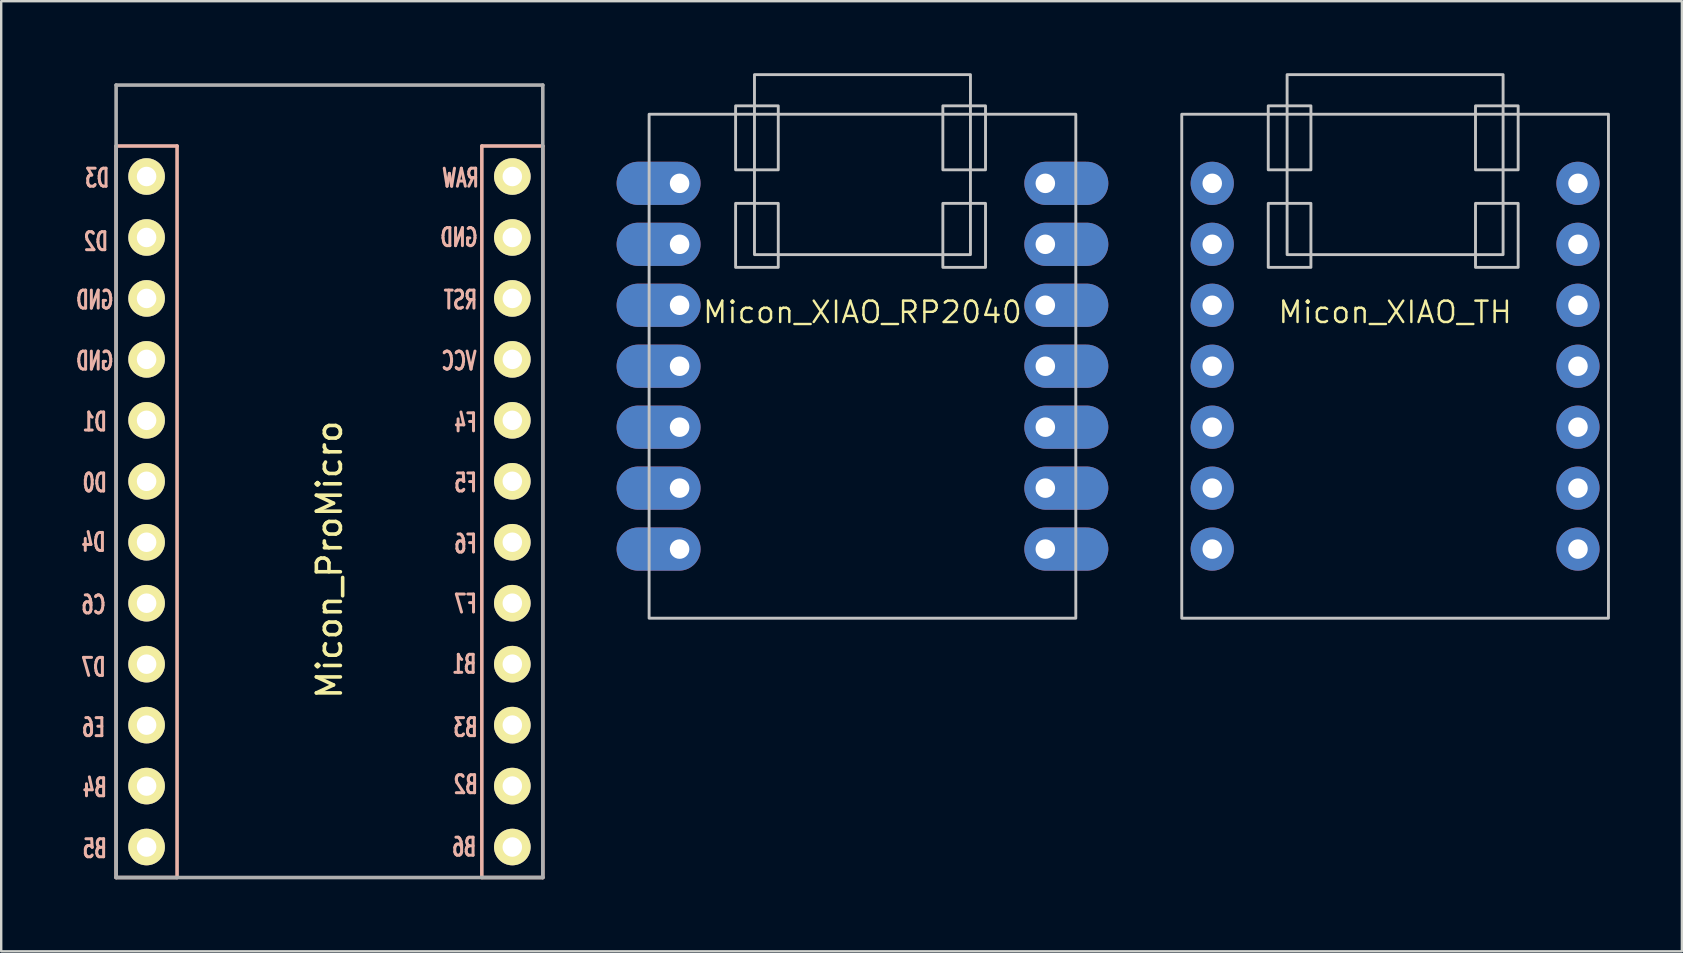
<source format=kicad_pcb>
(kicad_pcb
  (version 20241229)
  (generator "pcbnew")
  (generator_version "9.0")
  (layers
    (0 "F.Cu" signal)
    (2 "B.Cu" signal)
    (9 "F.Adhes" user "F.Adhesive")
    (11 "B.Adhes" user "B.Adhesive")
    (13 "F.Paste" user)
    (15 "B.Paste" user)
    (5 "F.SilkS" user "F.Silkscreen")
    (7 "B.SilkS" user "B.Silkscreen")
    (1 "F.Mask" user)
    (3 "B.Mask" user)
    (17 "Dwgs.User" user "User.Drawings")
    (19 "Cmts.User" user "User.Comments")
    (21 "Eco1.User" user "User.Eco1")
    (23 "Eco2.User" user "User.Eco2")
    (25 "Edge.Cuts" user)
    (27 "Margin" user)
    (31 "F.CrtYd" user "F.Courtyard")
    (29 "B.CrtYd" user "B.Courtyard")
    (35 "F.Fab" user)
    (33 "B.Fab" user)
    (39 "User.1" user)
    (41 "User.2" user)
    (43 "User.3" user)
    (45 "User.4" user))
  (footprint "Micon_XIAO_RP2040"
    (layer "F.Cu")
    (at 32.888 12.21)
    (property "Reference" "Micon_XIAO_RP2040" (at 0 -2.25 0) (layer "F.SilkS") (effects (font (size 0.889 0.889) (thickness 0.102))))
    (attr smd exclude_from_pos_files)
    (fp_rect (start -8.89 10.5) (end 8.89 -10.5) (stroke (width 0.12) (type solid)) (fill no) (layer "Dwgs.User"))
    (fp_rect (start -5.286 -6.786) (end -3.508 -4.119) (stroke (width 0.12) (type solid)) (fill no) (layer "Dwgs.User"))
    (fp_rect (start -4.5 -12.15) (end 4.5 -4.65) (stroke (width 0.12) (type solid)) (fill no) (layer "Dwgs.User"))
    (fp_rect (start -3.508 -8.183) (end -5.286 -10.85) (stroke (width 0.12) (type solid)) (fill no) (layer "Dwgs.User"))
    (fp_rect (start 3.35 -10.85) (end 5.128 -8.183) (stroke (width 0.12) (type solid)) (fill no) (layer "Dwgs.User"))
    (fp_rect (start 3.35 -6.786) (end 5.128 -4.119) (stroke (width 0.12) (type solid)) (fill no) (layer "Dwgs.User"))
    (pad "1" thru_hole oval (at 7.62 -7.62 180) (size 3.5 1.8) (drill 0.813 (offset -0.875 0)) (layers "*.Cu" "B.Mask" "B.Paste"))
    (pad "2" thru_hole oval (at 7.62 -5.08 180) (size 3.5 1.8) (drill 0.813 (offset -0.875 0)) (layers "*.Cu" "B.Mask" "B.Paste"))
    (pad "3" thru_hole oval (at 7.62 -2.54 180) (size 3.5 1.8) (drill 0.813 (offset -0.875 0)) (layers "*.Cu" "B.Mask" "B.Paste"))
    (pad "4" thru_hole oval (at 7.62 0 180) (size 3.5 1.8) (drill 0.813 (offset -0.875 0)) (layers "*.Cu" "B.Mask" "B.Paste"))
    (pad "5" thru_hole oval (at 7.62 2.54 180) (size 3.5 1.8) (drill 0.813 (offset -0.875 0)) (layers "*.Cu" "B.Mask" "B.Paste"))
    (pad "6" thru_hole oval (at 7.62 5.08 180) (size 3.5 1.8) (drill 0.813 (offset -0.875 0)) (layers "*.Cu" "B.Mask" "B.Paste"))
    (pad "7" thru_hole oval (at 7.62 7.62 180) (size 3.5 1.8) (drill 0.813 (offset -0.875 0)) (layers "*.Cu" "B.Mask" "B.Paste"))
    (pad "8" thru_hole oval (at -7.62 7.62) (size 3.5 1.8) (drill 0.813 (offset -0.875 0)) (layers "*.Cu" "B.Mask" "B.Paste"))
    (pad "9" thru_hole oval (at -7.62 5.08) (size 3.5 1.8) (drill 0.813 (offset -0.875 0)) (layers "*.Cu" "B.Mask" "B.Paste"))
    (pad "10" thru_hole oval (at -7.62 2.54) (size 3.5 1.8) (drill 0.813 (offset -0.875 0)) (layers "*.Cu" "B.Mask" "B.Paste"))
    (pad "11" thru_hole oval (at -7.62 0) (size 3.5 1.8) (drill 0.813 (offset -0.875 0)) (layers "*.Cu" "B.Mask" "B.Paste"))
    (pad "12" thru_hole oval (at -7.62 -2.54) (size 3.5 1.8) (drill 0.813 (offset -0.875 0)) (layers "*.Cu" "B.Mask" "B.Paste"))
    (pad "13" thru_hole oval (at -7.62 -5.08) (size 3.5 1.8) (drill 0.813 (offset -0.875 0)) (layers "*.Cu" "B.Mask" "B.Paste"))
    (pad "14" thru_hole oval (at -7.62 -7.62) (size 3.5 1.8) (drill 0.813 (offset -0.875 0)) (layers "*.Cu" "B.Mask" "B.Paste")))
  (footprint "Micon_ProMicro"
    (layer "F.Cu")
    (at 11.948 17.513)
    (property "Reference" "Micon_ProMicro" (at -1.27 2.762 270) (layer "F.SilkS") (effects (font (size 1 1) (thickness 0.15))))
    (attr through_hole)
    (fp_line (start -10.16 -14.478) (end -7.62 -14.478) (stroke (width 0.15) (type solid)) (layer "B.SilkS"))
    (fp_line (start -10.16 16.002) (end -10.16 -14.478) (stroke (width 0.15) (type solid)) (layer "B.SilkS"))
    (fp_line (start -7.62 -14.478) (end -7.62 16.002) (stroke (width 0.15) (type solid)) (layer "B.SilkS"))
    (fp_line (start -7.62 16.002) (end -10.16 16.002) (stroke (width 0.15) (type solid)) (layer "B.SilkS"))
    (fp_line (start 5.08 -14.478) (end 7.62 -14.478) (stroke (width 0.15) (type solid)) (layer "B.SilkS"))
    (fp_line (start 5.08 16.002) (end 5.08 -14.478) (stroke (width 0.15) (type solid)) (layer "B.SilkS"))
    (fp_line (start 7.62 -14.478) (end 7.62 16.002) (stroke (width 0.15) (type solid)) (layer "B.SilkS"))
    (fp_line (start 7.62 16.002) (end 5.08 16.002) (stroke (width 0.15) (type solid)) (layer "B.SilkS"))
    (fp_line (start -10.16 -17.018) (end 7.62 -17.018) (stroke (width 0.15) (type solid)) (layer "F.Fab"))
    (fp_line (start -10.16 16.002) (end -10.16 -17.018) (stroke (width 0.15) (type solid)) (layer "F.Fab"))
    (fp_line (start 7.62 -17.018) (end 7.62 16.002) (stroke (width 0.15) (type solid)) (layer "F.Fab"))
    (fp_line (start 7.62 16.002) (end -10.16 16.002) (stroke (width 0.15) (type solid)) (layer "F.Fab"))
    (fp_text user "" (at -0.5 -17.25 0) (layer "F.SilkS") (effects (font (size 1 1) (thickness 0.15))))
    (fp_text user "D3" (at -10.949 -13.145 0) (layer "B.SilkS") (effects (font (size 0.75 0.5) (thickness 0.125)) (justify mirror)))
    (fp_text user "F5" (at 4.4 -0.445 0) (layer "B.SilkS") (effects (font (size 0.75 0.5) (thickness 0.125)) (justify mirror)))
    (fp_text user "VCC" (at 4.128 -5.524 0) (layer "B.SilkS") (effects (font (size 0.75 0.5) (thickness 0.125)) (justify mirror)))
    (fp_text user "F6" (at 4.4 2.1 0) (layer "B.SilkS") (effects (font (size 0.75 0.5) (thickness 0.125)) (justify mirror)))
    (fp_text user "D0" (at -11.049 -0.445 0) (layer "B.SilkS") (effects (font (size 0.75 0.5) (thickness 0.125)) (justify mirror)))
    (fp_text user "B2" (at 4.409 12.129 0) (layer "B.SilkS") (effects (font (size 0.75 0.5) (thickness 0.125)) (justify mirror)))
    (fp_text user "D7" (at -11.1 7.239 0) (layer "B.SilkS") (effects (font (size 0.75 0.5) (thickness 0.125)) (justify mirror)))
    (fp_text user "B6" (at 4.345 14.732 0) (layer "B.SilkS") (effects (font (size 0.75 0.5) (thickness 0.125)) (justify mirror)))
    (fp_text user "E6" (at -11.1 9.75 0) (layer "B.SilkS") (effects (font (size 0.75 0.5) (thickness 0.125)) (justify mirror)))
    (fp_text user "GND" (at 4.128 -10.668 0) (layer "B.SilkS") (effects (font (size 0.75 0.5) (thickness 0.125)) (justify mirror)))
    (fp_text user "D1" (at -11.049 -2.985 0) (layer "B.SilkS") (effects (font (size 0.75 0.5) (thickness 0.125)) (justify mirror)))
    (fp_text user "GND" (at -11.049 -5.524 0) (layer "B.SilkS") (effects (font (size 0.75 0.5) (thickness 0.125)) (justify mirror)))
    (fp_text user "B4" (at -11.049 12.255 0) (layer "B.SilkS") (effects (font (size 0.75 0.5) (thickness 0.125)) (justify mirror)))
    (fp_text user "RST" (at 4.191 -8.065 0) (layer "B.SilkS") (effects (font (size 0.75 0.5) (thickness 0.125)) (justify mirror)))
    (fp_text user "D2" (at -11 -10.5 0) (layer "B.SilkS") (effects (font (size 0.75 0.5) (thickness 0.125)) (justify mirror)))
    (fp_text user "D4" (at -11.1 2.032 0) (layer "B.SilkS") (effects (font (size 0.75 0.5) (thickness 0.125)) (justify mirror)))
    (fp_text user "GND" (at -11.049 -8.065 0) (layer "B.SilkS") (effects (font (size 0.75 0.5) (thickness 0.125)) (justify mirror)))
    (fp_text user "F4" (at 4.4 -2.95 0) (layer "B.SilkS") (effects (font (size 0.75 0.5) (thickness 0.125)) (justify mirror)))
    (fp_text user "F7" (at 4.4 4.6 0) (layer "B.SilkS") (effects (font (size 0.75 0.5) (thickness 0.125)) (justify mirror)))
    (fp_text user "B3" (at 4.4 9.75 0) (layer "B.SilkS") (effects (font (size 0.75 0.5) (thickness 0.125)) (justify mirror)))
    (fp_text user "RAW" (at 4.191 -13.145 0) (layer "B.SilkS") (effects (font (size 0.75 0.5) (thickness 0.125)) (justify mirror)))
    (fp_text user "B5" (at -11.049 14.796 0) (layer "B.SilkS") (effects (font (size 0.75 0.5) (thickness 0.125)) (justify mirror)))
    (fp_text user "" (at -1.206 -16.256 0) (layer "B.SilkS") (effects (font (size 1 1) (thickness 0.15)) (justify mirror)))
    (fp_text user "B1" (at 4.35 7.112 0) (layer "B.SilkS") (effects (font (size 0.75 0.5) (thickness 0.125)) (justify mirror)))
    (fp_text user "C6" (at -11.1 4.636 0) (layer "B.SilkS") (effects (font (size 0.75 0.5) (thickness 0.125)) (justify mirror)))
    (pad "1" thru_hole circle (at -8.89 -13.208) (size 1.524 1.524) (drill 0.813) (layers "*.Cu" "*.Mask" "F.SilkS"))
    (pad "2" thru_hole circle (at -8.89 -10.668) (size 1.524 1.524) (drill 0.813) (layers "*.Cu" "*.Mask" "F.SilkS"))
    (pad "3" thru_hole circle (at -8.89 -8.128) (size 1.524 1.524) (drill 0.813) (layers "*.Cu" "*.Mask" "F.SilkS"))
    (pad "4" thru_hole circle (at -8.89 -5.588) (size 1.524 1.524) (drill 0.813) (layers "*.Cu" "*.Mask" "F.SilkS"))
    (pad "5" thru_hole circle (at -8.89 -3.048) (size 1.524 1.524) (drill 0.813) (layers "*.Cu" "*.Mask" "F.SilkS"))
    (pad "6" thru_hole circle (at -8.89 -0.508) (size 1.524 1.524) (drill 0.813) (layers "*.Cu" "*.Mask" "F.SilkS"))
    (pad "7" thru_hole circle (at -8.89 2.032) (size 1.524 1.524) (drill 0.813) (layers "*.Cu" "*.Mask" "F.SilkS"))
    (pad "8" thru_hole circle (at -8.89 4.572) (size 1.524 1.524) (drill 0.813) (layers "*.Cu" "*.Mask" "F.SilkS"))
    (pad "9" thru_hole circle (at -8.89 7.112) (size 1.524 1.524) (drill 0.813) (layers "*.Cu" "*.Mask" "F.SilkS"))
    (pad "10" thru_hole circle (at -8.89 9.652) (size 1.524 1.524) (drill 0.813) (layers "*.Cu" "*.Mask" "F.SilkS"))
    (pad "11" thru_hole circle (at -8.89 12.192) (size 1.524 1.524) (drill 0.813) (layers "*.Cu" "*.Mask" "F.SilkS"))
    (pad "12" thru_hole circle (at -8.89 14.732) (size 1.524 1.524) (drill 0.813) (layers "*.Cu" "*.Mask" "F.SilkS"))
    (pad "13" thru_hole circle (at 6.35 14.732) (size 1.524 1.524) (drill 0.813) (layers "*.Cu" "*.Mask" "F.SilkS"))
    (pad "14" thru_hole circle (at 6.35 12.192) (size 1.524 1.524) (drill 0.813) (layers "*.Cu" "*.Mask" "F.SilkS"))
    (pad "15" thru_hole circle (at 6.35 9.652) (size 1.524 1.524) (drill 0.813) (layers "*.Cu" "*.Mask" "F.SilkS"))
    (pad "16" thru_hole circle (at 6.35 7.112) (size 1.524 1.524) (drill 0.813) (layers "*.Cu" "*.Mask" "F.SilkS"))
    (pad "17" thru_hole circle (at 6.35 4.572) (size 1.524 1.524) (drill 0.813) (layers "*.Cu" "*.Mask" "F.SilkS"))
    (pad "18" thru_hole circle (at 6.35 2.032) (size 1.524 1.524) (drill 0.813) (layers "*.Cu" "*.Mask" "F.SilkS"))
    (pad "19" thru_hole circle (at 6.35 -0.508) (size 1.524 1.524) (drill 0.813) (layers "*.Cu" "*.Mask" "F.SilkS"))
    (pad "20" thru_hole circle (at 6.35 -3.048) (size 1.524 1.524) (drill 0.813) (layers "*.Cu" "*.Mask" "F.SilkS"))
    (pad "21" thru_hole circle (at 6.35 -5.588) (size 1.524 1.524) (drill 0.813) (layers "*.Cu" "*.Mask" "F.SilkS"))
    (pad "22" thru_hole circle (at 6.35 -8.128) (size 1.524 1.524) (drill 0.813) (layers "*.Cu" "*.Mask" "F.SilkS"))
    (pad "23" thru_hole circle (at 6.35 -10.668) (size 1.524 1.524) (drill 0.813) (layers "*.Cu" "*.Mask" "F.SilkS"))
    (pad "24" thru_hole circle (at 6.35 -13.208) (size 1.524 1.524) (drill 0.813) (layers "*.Cu" "*.Mask" "F.SilkS")))
  (footprint "Micon_XIAO_TH"
    (layer "F.Cu")
    (at 55.083 12.21)
    (property "Reference" "Micon_XIAO_TH" (at 0 -2.25 0) (layer "F.SilkS") (effects (font (size 0.889 0.889) (thickness 0.102))))
    (attr smd exclude_from_pos_files)
    (fp_rect (start -8.89 10.5) (end 8.89 -10.5) (stroke (width 0.12) (type solid)) (fill no) (layer "Dwgs.User"))
    (fp_rect (start -5.286 -6.786) (end -3.508 -4.119) (stroke (width 0.12) (type solid)) (fill no) (layer "Dwgs.User"))
    (fp_rect (start -4.5 -12.15) (end 4.5 -4.65) (stroke (width 0.12) (type solid)) (fill no) (layer "Dwgs.User"))
    (fp_rect (start -3.508 -8.183) (end -5.286 -10.85) (stroke (width 0.12) (type solid)) (fill no) (layer "Dwgs.User"))
    (fp_rect (start 3.35 -10.85) (end 5.128 -8.183) (stroke (width 0.12) (type solid)) (fill no) (layer "Dwgs.User"))
    (fp_rect (start 3.35 -6.786) (end 5.128 -4.119) (stroke (width 0.12) (type solid)) (fill no) (layer "Dwgs.User"))
    (pad "1" thru_hole circle (at 7.62 -7.62 180) (size 1.8 1.8) (drill 0.813) (layers "*.Cu" "*.Mask"))
    (pad "2" thru_hole circle (at 7.62 -5.08 180) (size 1.8 1.8) (drill 0.813) (layers "*.Cu" "*.Mask"))
    (pad "3" thru_hole circle (at 7.62 -2.54 180) (size 1.8 1.8) (drill 0.813) (layers "*.Cu" "*.Mask"))
    (pad "4" thru_hole circle (at 7.62 0 180) (size 1.8 1.8) (drill 0.813) (layers "*.Cu" "*.Mask"))
    (pad "5" thru_hole circle (at 7.62 2.54 180) (size 1.8 1.8) (drill 0.813) (layers "*.Cu" "*.Mask"))
    (pad "6" thru_hole circle (at 7.62 5.08 180) (size 1.8 1.8) (drill 0.813) (layers "*.Cu" "*.Mask"))
    (pad "7" thru_hole circle (at 7.62 7.62 180) (size 1.8 1.8) (drill 0.813) (layers "*.Cu" "*.Mask"))
    (pad "8" thru_hole circle (at -7.62 7.62) (size 1.8 1.8) (drill 0.813) (layers "*.Cu" "*.Mask"))
    (pad "9" thru_hole circle (at -7.62 5.08) (size 1.8 1.8) (drill 0.813) (layers "*.Cu" "*.Mask"))
    (pad "10" thru_hole circle (at -7.62 2.54) (size 1.8 1.8) (drill 0.813) (layers "*.Cu" "*.Mask"))
    (pad "11" thru_hole circle (at -7.62 0) (size 1.8 1.8) (drill 0.813) (layers "*.Cu" "*.Mask"))
    (pad "12" thru_hole circle (at -7.62 -2.54) (size 1.8 1.8) (drill 0.813) (layers "*.Cu" "*.Mask"))
    (pad "13" thru_hole circle (at -7.62 -5.08) (size 1.8 1.8) (drill 0.813) (layers "*.Cu" "*.Mask"))
    (pad "14" thru_hole circle (at -7.62 -7.62) (size 1.8 1.8) (drill 0.813) (layers "*.Cu" "*.Mask")))
  (gr_rect
    (start -3 -3)
    (end 67.033 36.59)
    (stroke (width 0.1) (type default))
    (fill no)
    (layer "Edge.Cuts")))
</source>
